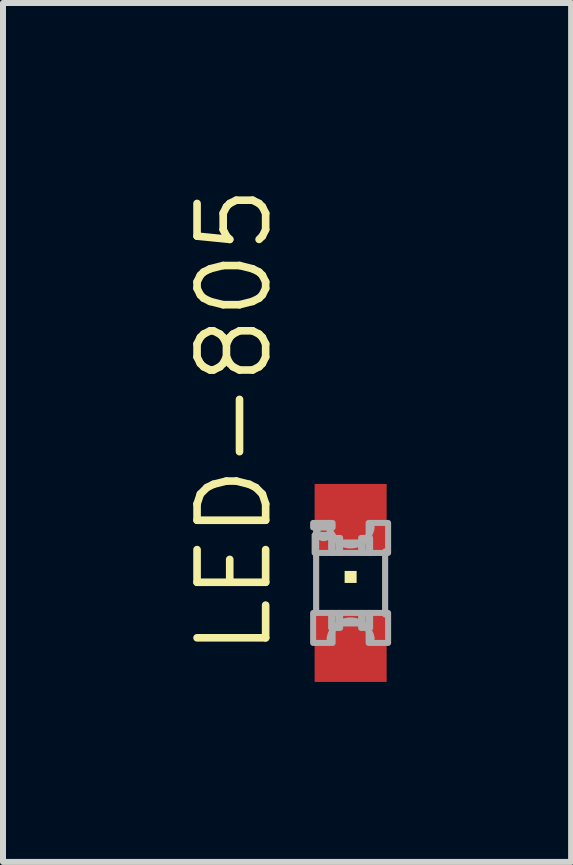
<source format=kicad_pcb>
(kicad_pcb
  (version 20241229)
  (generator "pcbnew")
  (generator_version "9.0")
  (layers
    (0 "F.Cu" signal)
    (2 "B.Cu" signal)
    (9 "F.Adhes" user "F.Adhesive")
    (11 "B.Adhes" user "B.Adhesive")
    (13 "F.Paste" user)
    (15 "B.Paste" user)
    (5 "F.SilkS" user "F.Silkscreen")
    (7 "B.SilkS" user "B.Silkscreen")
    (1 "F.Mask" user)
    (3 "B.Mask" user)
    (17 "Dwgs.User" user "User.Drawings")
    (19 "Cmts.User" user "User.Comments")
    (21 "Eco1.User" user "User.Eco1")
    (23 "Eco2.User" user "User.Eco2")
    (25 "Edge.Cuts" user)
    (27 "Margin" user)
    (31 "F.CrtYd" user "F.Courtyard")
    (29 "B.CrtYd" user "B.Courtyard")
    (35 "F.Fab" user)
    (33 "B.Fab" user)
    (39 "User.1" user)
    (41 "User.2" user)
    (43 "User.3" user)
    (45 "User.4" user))
  (footprint "LED-805"
    (layer "F.Cu")
    (at 2.794 6.666)
    (property "Reference" "LED-805" (at -1.27 1.27 90) (unlocked yes) (layer "F.SilkS") (effects (font (size 1.143 1.143) (thickness 0.127)) (justify left bottom)))
    (fp_poly (pts (xy -0.1 0) (xy 0.1 0) (xy 0.1 -0.2) (xy -0.1 -0.2)) (stroke (width 0) (type default)) (fill yes) (layer "F.SilkS"))
    (fp_line (start -0.575 0.5) (end -0.575 -0.925) (stroke (width 0.102) (type solid)) (layer "F.Fab"))
    (fp_line (start 0.575 -0.525) (end 0.575 0.525) (stroke (width 0.102) (type solid)) (layer "F.Fab"))
    (fp_arc (start -0.35 0.925) (mid -0.000001 0.625027) (end 0.35 0.924998) (stroke (width 0.1016) (type solid)) (layer "F.Fab"))
    (fp_arc (start 0.35 -0.924998) (mid -0.000001 -0.625027) (end -0.35 -0.925) (stroke (width 0.1016) (type solid)) (layer "F.Fab"))
    (fp_circle (center -0.45 -0.85) (end -0.347 -0.85) (stroke (width 0.102) (type solid)) (fill no) (layer "F.Fab"))
    (fp_poly (pts (xy -0.625 -0.925) (xy -0.3 -0.925) (xy -0.3 -1) (xy -0.625 -1)) (stroke (width 0.1) (type default)) (fill no) (layer "F.Fab"))
    (fp_poly (pts (xy -0.625 1) (xy -0.3 1) (xy -0.3 0.5) (xy -0.625 0.5)) (stroke (width 0.1) (type default)) (fill no) (layer "F.Fab"))
    (fp_poly (pts (xy -0.6 -0.5) (xy -0.3 -0.5) (xy -0.3 -0.8) (xy -0.6 -0.8)) (stroke (width 0.1) (type default)) (fill no) (layer "F.Fab"))
    (fp_poly (pts (xy -0.325 -0.5) (xy -0.175 -0.5) (xy -0.175 -0.75) (xy -0.325 -0.75)) (stroke (width 0.1) (type default)) (fill no) (layer "F.Fab"))
    (fp_poly (pts (xy -0.325 0.75) (xy -0.175 0.75) (xy -0.175 0.5) (xy -0.325 0.5)) (stroke (width 0.1) (type default)) (fill no) (layer "F.Fab"))
    (fp_poly (pts (xy -0.2 -0.5) (xy 0.2 -0.5) (xy 0.2 -0.675) (xy -0.2 -0.675)) (stroke (width 0.1) (type default)) (fill no) (layer "F.Fab"))
    (fp_poly (pts (xy -0.2 0.675) (xy 0.2 0.675) (xy 0.2 0.5) (xy -0.2 0.5)) (stroke (width 0.1) (type default)) (fill no) (layer "F.Fab"))
    (fp_poly (pts (xy 0.175 -0.5) (xy 0.325 -0.5) (xy 0.325 -0.75) (xy 0.175 -0.75)) (stroke (width 0.1) (type default)) (fill no) (layer "F.Fab"))
    (fp_poly (pts (xy 0.175 0.75) (xy 0.325 0.75) (xy 0.325 0.5) (xy 0.175 0.5)) (stroke (width 0.1) (type default)) (fill no) (layer "F.Fab"))
    (fp_poly (pts (xy 0.3 -0.5) (xy 0.625 -0.5) (xy 0.625 -1) (xy 0.3 -1)) (stroke (width 0.1) (type default)) (fill no) (layer "F.Fab"))
    (fp_poly (pts (xy 0.3 1) (xy 0.625 1) (xy 0.625 0.5) (xy 0.3 0.5)) (stroke (width 0.1) (type default)) (fill no) (layer "F.Fab"))
    (pad "A" smd rect (at 0 1.05) (size 1.2 1.2) (layers "F.Cu" "F.Mask" "F.Paste"))
    (pad "C" smd rect (at 0 -1.05) (size 1.2 1.2) (layers "F.Cu" "F.Mask" "F.Paste")))
  (gr_rect
    (start -3 -3)
    (end 6.469 11.316)
    (stroke (width 0.1) (type default))
    (fill no)
    (layer "Edge.Cuts")))
</source>
